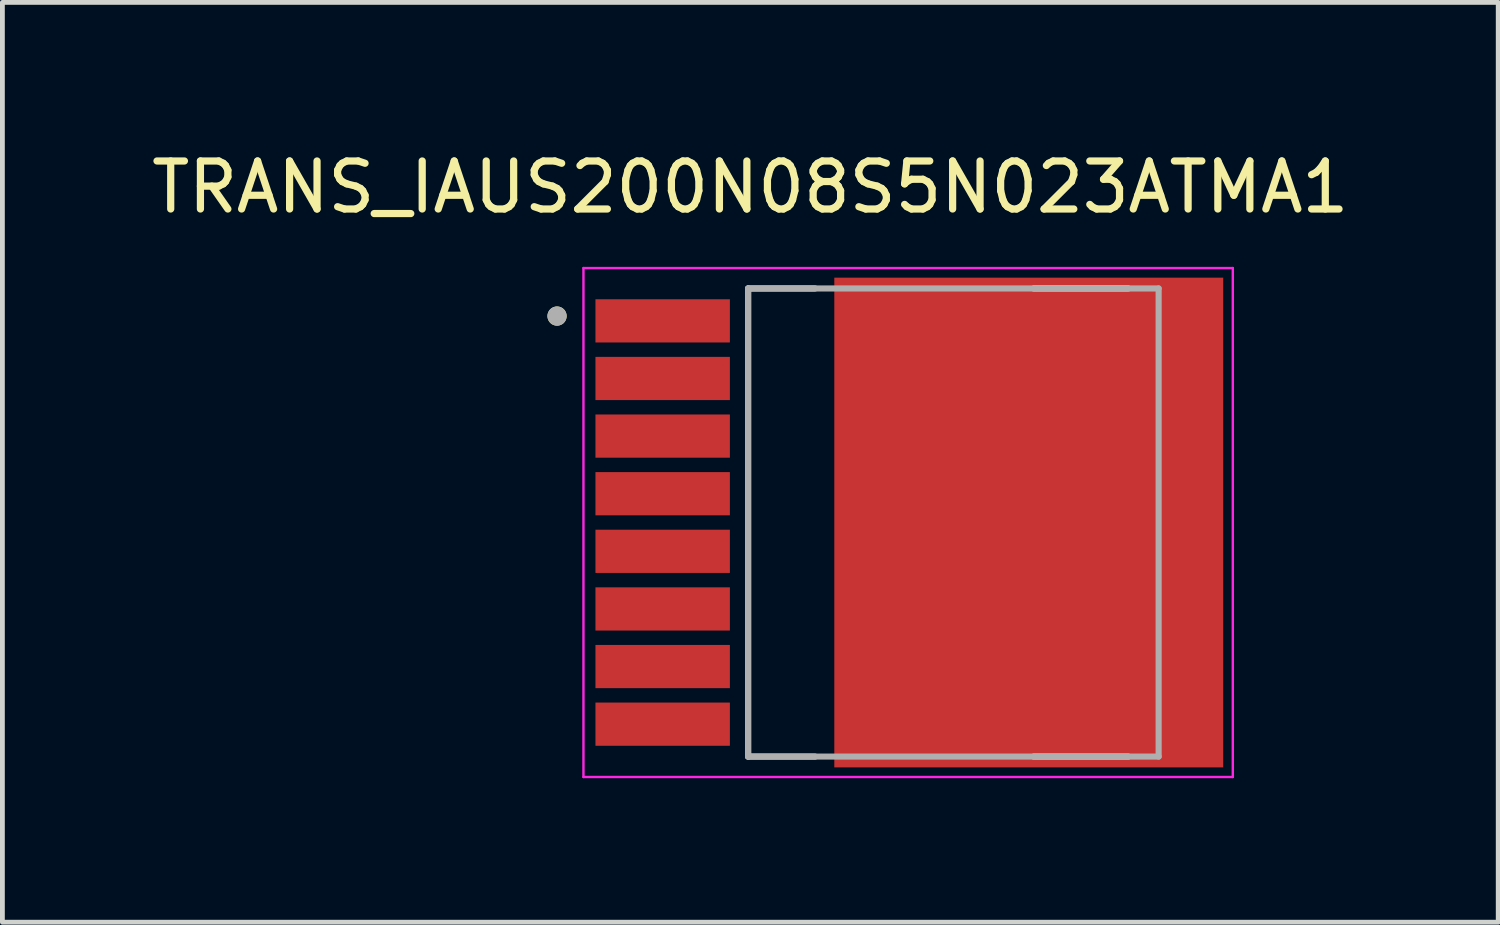
<source format=kicad_pcb>
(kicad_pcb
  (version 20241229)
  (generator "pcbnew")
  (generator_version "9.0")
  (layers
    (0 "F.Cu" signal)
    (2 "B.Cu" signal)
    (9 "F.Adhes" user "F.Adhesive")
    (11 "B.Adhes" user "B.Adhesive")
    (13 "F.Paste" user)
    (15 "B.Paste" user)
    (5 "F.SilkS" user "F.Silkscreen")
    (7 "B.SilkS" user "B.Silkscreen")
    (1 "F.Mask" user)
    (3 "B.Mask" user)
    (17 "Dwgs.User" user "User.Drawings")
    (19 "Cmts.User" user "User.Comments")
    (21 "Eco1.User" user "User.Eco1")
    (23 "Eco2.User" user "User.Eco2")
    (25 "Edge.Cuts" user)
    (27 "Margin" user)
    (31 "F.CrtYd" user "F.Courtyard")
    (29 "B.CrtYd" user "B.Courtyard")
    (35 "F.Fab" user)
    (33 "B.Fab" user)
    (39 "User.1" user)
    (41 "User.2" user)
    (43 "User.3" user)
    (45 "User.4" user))
  (footprint "TRANS_IAUS200N08S5N023ATMA1"
    (layer "F.Cu")
    (at 15.752 7.833)
    (property "Reference" "TRANS_IAUS200N08S5N023ATMA1" (at -3.175 -6.985 0) (layer "F.SilkS") (effects (font (size 1 1) (thickness 0.15))))
    (attr smd)
    (fp_poly (pts (xy 6.625 -5.05) (xy 6.625 5.05) (xy 5.075 5.05) (xy 5.075 4.35) (xy 2.325 4.35) (xy 2.325 4.85) (xy -1.375 4.85) (xy -1.375 -4.85) (xy 2.325 -4.85) (xy 2.325 -4.35) (xy 5.075 -4.35) (xy 5.075 -5.05)) (stroke (width 0.01) (type solid)) (fill yes) (layer "F.Mask"))
    (fp_line (start -3.22 -4.875) (end -3.22 4.875) (stroke (width 0.127) (type solid)) (layer "F.SilkS"))
    (fp_line (start -3.22 4.875) (end -1.825 4.875) (stroke (width 0.127) (type solid)) (layer "F.SilkS"))
    (fp_line (start -1.825 -4.875) (end -3.22 -4.875) (stroke (width 0.127) (type solid)) (layer "F.SilkS"))
    (fp_line (start 4.7 -4.875) (end 2.725 -4.875) (stroke (width 0.127) (type solid)) (layer "F.SilkS"))
    (fp_line (start 4.7 4.875) (end 2.725 4.875) (stroke (width 0.127) (type solid)) (layer "F.SilkS"))
    (fp_circle (center -7.2 -4.3) (end -7.1 -4.3) (stroke (width 0.2) (type solid)) (fill no) (layer "F.SilkS"))
    (fp_poly (pts (xy -6.35 -4.6) (xy -3.65 -4.6) (xy -3.65 -3.8) (xy -6.35 -3.8)) (stroke (width 0.01) (type solid)) (fill yes) (layer "F.Paste"))
    (fp_poly (pts (xy -6.35 -3.4) (xy -3.65 -3.4) (xy -3.65 -2.6) (xy -6.35 -2.6)) (stroke (width 0.01) (type solid)) (fill yes) (layer "F.Paste"))
    (fp_poly (pts (xy -6.35 -2.2) (xy -3.65 -2.2) (xy -3.65 -1.4) (xy -6.35 -1.4)) (stroke (width 0.01) (type solid)) (fill yes) (layer "F.Paste"))
    (fp_poly (pts (xy -6.35 -1) (xy -3.65 -1) (xy -3.65 -0.2) (xy -6.35 -0.2)) (stroke (width 0.01) (type solid)) (fill yes) (layer "F.Paste"))
    (fp_poly (pts (xy -6.35 0.2) (xy -3.65 0.2) (xy -3.65 1) (xy -6.35 1)) (stroke (width 0.01) (type solid)) (fill yes) (layer "F.Paste"))
    (fp_poly (pts (xy -6.35 1.4) (xy -3.65 1.4) (xy -3.65 2.2) (xy -6.35 2.2)) (stroke (width 0.01) (type solid)) (fill yes) (layer "F.Paste"))
    (fp_poly (pts (xy -6.35 2.6) (xy -3.65 2.6) (xy -3.65 3.4) (xy -6.35 3.4)) (stroke (width 0.01) (type solid)) (fill yes) (layer "F.Paste"))
    (fp_poly (pts (xy -6.35 3.8) (xy -3.65 3.8) (xy -3.65 4.6) (xy -6.35 4.6)) (stroke (width 0.01) (type solid)) (fill yes) (layer "F.Paste"))
    (fp_poly (pts (xy -1.275 -4.75) (xy -0.425 -4.75) (xy -0.425 -0.25) (xy -1.275 -0.25)) (stroke (width 0.01) (type solid)) (fill yes) (layer "F.Paste"))
    (fp_poly (pts (xy -1.275 0.25) (xy -0.425 0.25) (xy -0.425 4.75) (xy -1.275 4.75)) (stroke (width 0.01) (type solid)) (fill yes) (layer "F.Paste"))
    (fp_poly (pts (xy 0.275 -4.75) (xy 1.375 -4.75) (xy 1.375 -0.25) (xy 0.275 -0.25)) (stroke (width 0.01) (type solid)) (fill yes) (layer "F.Paste"))
    (fp_poly (pts (xy 0.275 0.25) (xy 1.375 0.25) (xy 1.375 4.75) (xy 0.275 4.75)) (stroke (width 0.01) (type solid)) (fill yes) (layer "F.Paste"))
    (fp_poly (pts (xy 2.075 -4.25) (xy 3.175 -4.25) (xy 3.175 -0.25) (xy 2.075 -0.25)) (stroke (width 0.01) (type solid)) (fill yes) (layer "F.Paste"))
    (fp_poly (pts (xy 2.075 0.25) (xy 3.175 0.25) (xy 3.175 4.25) (xy 2.075 4.25)) (stroke (width 0.01) (type solid)) (fill yes) (layer "F.Paste"))
    (fp_poly (pts (xy 3.875 -4.25) (xy 4.975 -4.25) (xy 4.975 -0.25) (xy 3.875 -0.25)) (stroke (width 0.01) (type solid)) (fill yes) (layer "F.Paste"))
    (fp_poly (pts (xy 3.875 0.25) (xy 4.975 0.25) (xy 4.975 4.25) (xy 3.875 4.25)) (stroke (width 0.01) (type solid)) (fill yes) (layer "F.Paste"))
    (fp_poly (pts (xy 5.675 -4.75) (xy 6.525 -4.75) (xy 6.525 -0.25) (xy 5.675 -0.25)) (stroke (width 0.01) (type solid)) (fill yes) (layer "F.Paste"))
    (fp_poly (pts (xy 5.675 0.25) (xy 6.525 0.25) (xy 6.525 4.75) (xy 5.675 4.75)) (stroke (width 0.01) (type solid)) (fill yes) (layer "F.Paste"))
    (fp_line (start -6.65 -5.3) (end 6.875 -5.3) (stroke (width 0.05) (type solid)) (layer "F.CrtYd"))
    (fp_line (start -6.65 5.3) (end -6.65 -5.3) (stroke (width 0.05) (type solid)) (layer "F.CrtYd"))
    (fp_line (start 6.875 -5.3) (end 6.875 5.3) (stroke (width 0.05) (type solid)) (layer "F.CrtYd"))
    (fp_line (start 6.875 5.3) (end -6.65 5.3) (stroke (width 0.05) (type solid)) (layer "F.CrtYd"))
    (fp_line (start -3.22 -4.875) (end 5.33 -4.875) (stroke (width 0.127) (type solid)) (layer "F.Fab"))
    (fp_line (start -3.22 4.875) (end -3.22 -4.875) (stroke (width 0.127) (type solid)) (layer "F.Fab"))
    (fp_line (start 5.33 -4.875) (end 5.33 4.875) (stroke (width 0.127) (type solid)) (layer "F.Fab"))
    (fp_line (start 5.33 4.875) (end -3.22 4.875) (stroke (width 0.127) (type solid)) (layer "F.Fab"))
    (fp_circle (center -7.2 -4.3) (end -7.1 -4.3) (stroke (width 0.2) (type solid)) (fill no) (layer "F.Fab"))
    (pad "1" smd rect (at -5 -4.2) (size 2.8 0.9) (layers "F.Cu" "F.Mask"))
    (pad "2" smd rect (at -5 -3) (size 2.8 0.9) (layers "F.Cu" "F.Mask"))
    (pad "3" smd rect (at -5 -1.8) (size 2.8 0.9) (layers "F.Cu" "F.Mask"))
    (pad "4" smd rect (at -5 -0.6) (size 2.8 0.9) (layers "F.Cu" "F.Mask"))
    (pad "5" smd rect (at -5 0.6) (size 2.8 0.9) (layers "F.Cu" "F.Mask"))
    (pad "6" smd rect (at -5 1.8) (size 2.8 0.9) (layers "F.Cu" "F.Mask"))
    (pad "7" smd rect (at -5 3) (size 2.8 0.9) (layers "F.Cu" "F.Mask"))
    (pad "8" smd rect (at -5 4.2) (size 2.8 0.9) (layers "F.Cu" "F.Mask"))
    (pad "9" smd rect (at 2.625 0) (size 8.1 10.2) (layers "F.Cu")))
  (gr_rect
    (start -3 -3)
    (end 28.155 16.158)
    (stroke (width 0.1) (type default))
    (fill no)
    (layer "Edge.Cuts")))
</source>
